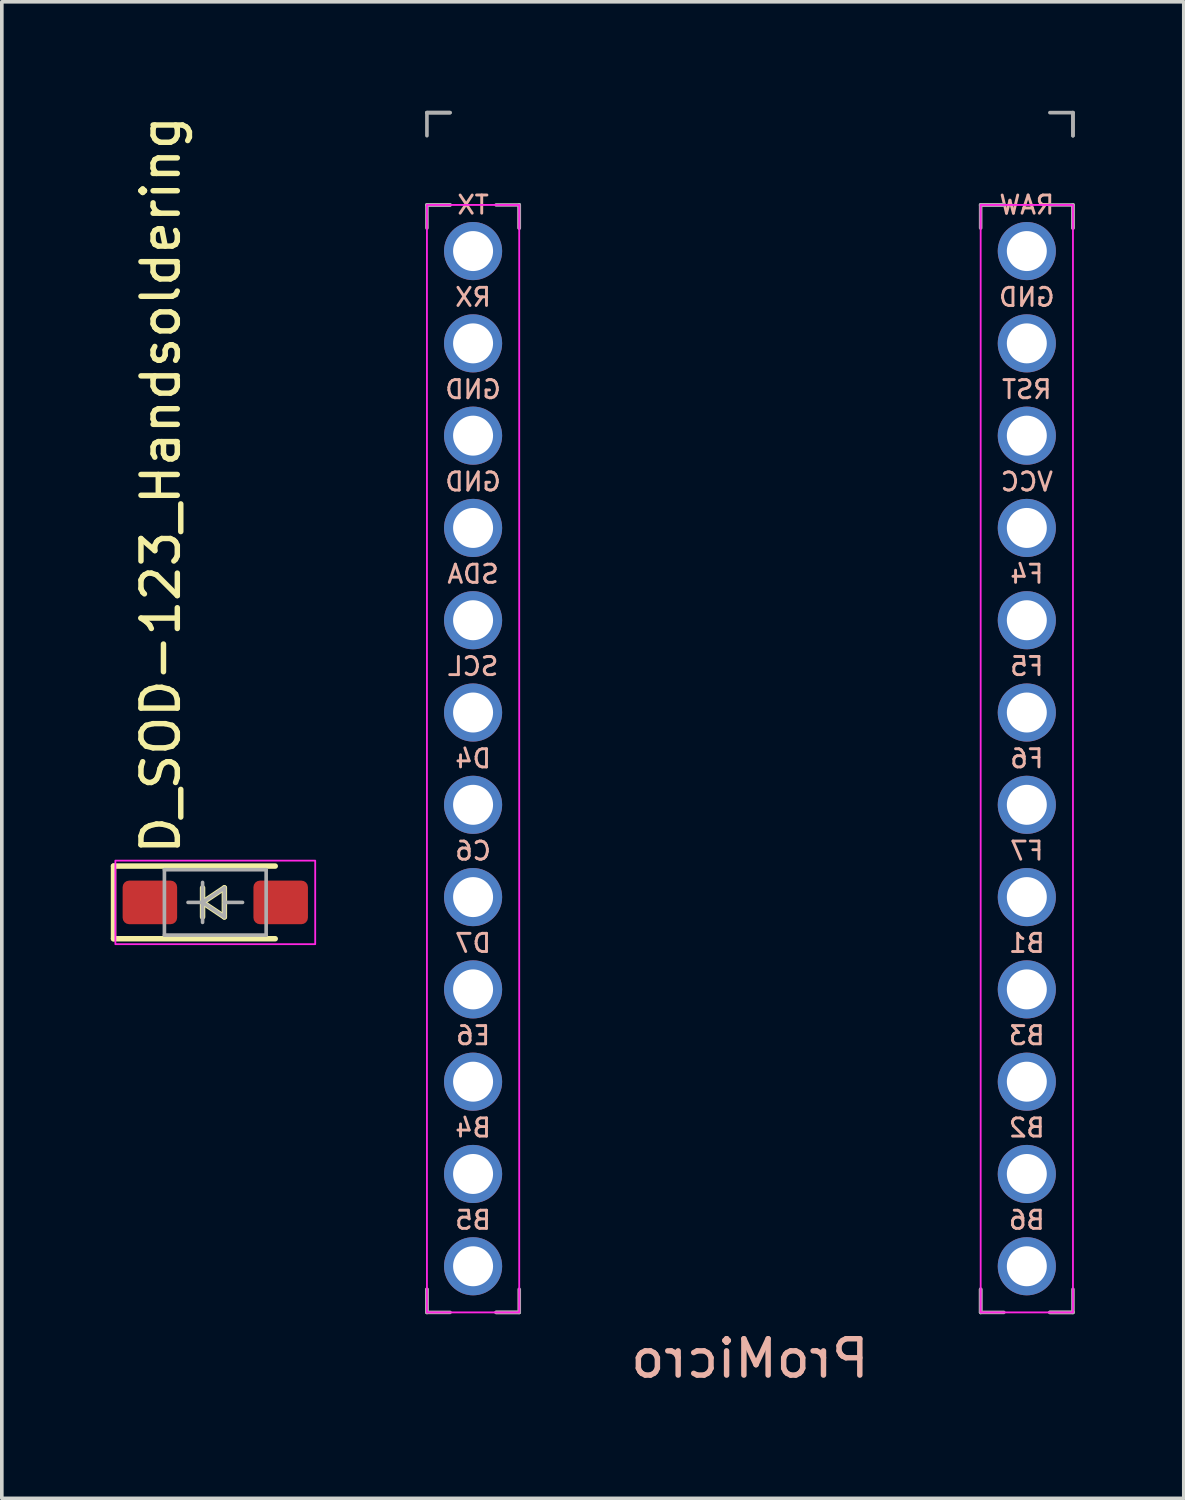
<source format=kicad_pcb>
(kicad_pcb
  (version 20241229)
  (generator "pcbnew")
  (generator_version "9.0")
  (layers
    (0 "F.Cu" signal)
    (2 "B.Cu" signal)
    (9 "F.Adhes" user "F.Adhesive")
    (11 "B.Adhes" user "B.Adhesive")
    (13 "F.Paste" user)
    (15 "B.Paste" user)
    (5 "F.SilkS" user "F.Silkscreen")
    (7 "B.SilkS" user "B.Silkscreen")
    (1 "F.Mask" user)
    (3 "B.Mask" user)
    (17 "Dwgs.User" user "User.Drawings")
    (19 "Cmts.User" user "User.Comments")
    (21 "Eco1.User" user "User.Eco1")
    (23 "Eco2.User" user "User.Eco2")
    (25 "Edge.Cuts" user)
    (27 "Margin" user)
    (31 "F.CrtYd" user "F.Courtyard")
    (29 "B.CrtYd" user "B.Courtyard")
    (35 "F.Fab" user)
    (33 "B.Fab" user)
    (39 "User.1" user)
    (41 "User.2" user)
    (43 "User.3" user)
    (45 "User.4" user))
  (footprint "D_SOD-123_Handsoldering"
    (layer "F.Cu")
    (at 2.875 21.786)
    (property "Reference" "D_SOD-123_Handsoldering" (at -1.5 -1.25 90) (unlocked yes) (layer "F.SilkS") (effects (font (size 1 1) (thickness 0.15)) (justify left)))
    (attr smd)
    (fp_line (start -2.8 -1) (end -2.8 1) (stroke (width 0.15) (type solid)) (layer "F.SilkS"))
    (fp_line (start -2.8 -1) (end 1.65 -1) (stroke (width 0.15) (type solid)) (layer "F.SilkS"))
    (fp_line (start -2.8 1) (end 1.65 1) (stroke (width 0.15) (type solid)) (layer "F.SilkS"))
    (fp_line (start -0.35 0) (end 0.25 -0.4) (stroke (width 0.15) (type default)) (layer "F.SilkS"))
    (fp_line (start -0.35 0.4) (end -0.35 -0.4) (stroke (width 0.15) (type default)) (layer "F.SilkS"))
    (fp_line (start 0.25 -0.4) (end 0.25 0.4) (stroke (width 0.15) (type default)) (layer "F.SilkS"))
    (fp_line (start 0.25 0.4) (end -0.35 0) (stroke (width 0.15) (type default)) (layer "F.SilkS"))
    (fp_rect (start -2.75 -1.15) (end 2.75 1.15) (stroke (width 0.05) (type default)) (fill no) (layer "F.CrtYd"))
    (fp_line (start -1.4 -0.9) (end 1.4 -0.9) (stroke (width 0.1) (type solid)) (layer "F.Fab"))
    (fp_line (start -1.4 0.9) (end -1.4 -0.9) (stroke (width 0.1) (type solid)) (layer "F.Fab"))
    (fp_line (start -0.75 0) (end -0.35 0) (stroke (width 0.1) (type solid)) (layer "F.Fab"))
    (fp_line (start -0.35 0) (end -0.35 -0.55) (stroke (width 0.1) (type solid)) (layer "F.Fab"))
    (fp_line (start -0.35 0) (end -0.35 0.55) (stroke (width 0.1) (type solid)) (layer "F.Fab"))
    (fp_line (start -0.35 0) (end 0.25 -0.4) (stroke (width 0.1) (type solid)) (layer "F.Fab"))
    (fp_line (start 0.25 -0.4) (end 0.25 0.4) (stroke (width 0.1) (type solid)) (layer "F.Fab"))
    (fp_line (start 0.25 0) (end 0.75 0) (stroke (width 0.1) (type solid)) (layer "F.Fab"))
    (fp_line (start 0.25 0.4) (end -0.35 0) (stroke (width 0.1) (type solid)) (layer "F.Fab"))
    (fp_line (start 1.4 -0.9) (end 1.4 0.9) (stroke (width 0.1) (type solid)) (layer "F.Fab"))
    (fp_line (start 1.4 0.9) (end -1.4 0.9) (stroke (width 0.1) (type solid)) (layer "F.Fab"))
    (pad "1" smd roundrect (at -1.8 0) (size 1.5 1.2) (layers "F.Cu" "F.Mask" "F.Paste") (roundrect_rratio 0.15))
    (pad "2" smd roundrect (at 1.8 0) (size 1.5 1.2) (layers "F.Cu" "F.Mask" "F.Paste") (roundrect_rratio 0.15)))
  (footprint "ProMicro"
    (layer "F.Cu")
    (at 17.59 16.56)
    (property "Reference" "ProMicro" (at 0 17.78 0) (layer "B.SilkS") (effects (font (size 1 1) (thickness 0.15)) (justify mirror)))
    (fp_rect (start -8.89 -13.97) (end -6.35 16.51) (stroke (width 0.05) (type default)) (fill no) (layer "F.CrtYd"))
    (fp_rect (start 6.35 -13.97) (end 8.89 16.51) (stroke (width 0.05) (type default)) (fill no) (layer "F.CrtYd"))
    (fp_line (start -8.89 -16.51) (end -8.255 -16.51) (stroke (width 0.1) (type default)) (layer "F.Fab"))
    (fp_line (start -8.89 -15.875) (end -8.89 -16.51) (stroke (width 0.1) (type default)) (layer "F.Fab"))
    (fp_line (start -8.89 -13.97) (end -8.255 -13.97) (stroke (width 0.1) (type default)) (layer "F.Fab"))
    (fp_line (start -8.89 -13.335) (end -8.89 -13.97) (stroke (width 0.1) (type default)) (layer "F.Fab"))
    (fp_line (start -8.89 15.875) (end -8.89 16.51) (stroke (width 0.1) (type default)) (layer "F.Fab"))
    (fp_line (start -8.89 16.51) (end -8.89 15.875) (stroke (width 0.1) (type default)) (layer "F.Fab"))
    (fp_line (start -8.255 -16.51) (end -8.89 -16.51) (stroke (width 0.1) (type default)) (layer "F.Fab"))
    (fp_line (start -8.255 -13.97) (end -8.89 -13.97) (stroke (width 0.1) (type default)) (layer "F.Fab"))
    (fp_line (start -8.255 16.51) (end -8.89 16.51) (stroke (width 0.1) (type default)) (layer "F.Fab"))
    (fp_line (start -6.985 -13.97) (end -6.35 -13.97) (stroke (width 0.1) (type default)) (layer "F.Fab"))
    (fp_line (start -6.985 16.51) (end -6.35 16.51) (stroke (width 0.1) (type default)) (layer "F.Fab"))
    (fp_line (start -6.35 -13.97) (end -6.35 -13.335) (stroke (width 0.1) (type default)) (layer "F.Fab"))
    (fp_line (start -6.35 -13.335) (end -6.35 -13.97) (stroke (width 0.1) (type default)) (layer "F.Fab"))
    (fp_line (start -6.35 15.875) (end -6.35 16.51) (stroke (width 0.1) (type default)) (layer "F.Fab"))
    (fp_line (start -6.35 16.51) (end -6.985 16.51) (stroke (width 0.1) (type default)) (layer "F.Fab"))
    (fp_line (start 6.35 -13.97) (end 6.985 -13.97) (stroke (width 0.1) (type default)) (layer "F.Fab"))
    (fp_line (start 6.35 -13.335) (end 6.35 -13.97) (stroke (width 0.1) (type default)) (layer "F.Fab"))
    (fp_line (start 6.35 15.875) (end 6.35 16.51) (stroke (width 0.1) (type default)) (layer "F.Fab"))
    (fp_line (start 6.35 16.51) (end 6.35 15.875) (stroke (width 0.1) (type default)) (layer "F.Fab"))
    (fp_line (start 6.985 -13.97) (end 6.35 -13.97) (stroke (width 0.1) (type default)) (layer "F.Fab"))
    (fp_line (start 6.985 16.51) (end 6.35 16.51) (stroke (width 0.1) (type default)) (layer "F.Fab"))
    (fp_line (start 8.255 -16.51) (end 8.89 -16.51) (stroke (width 0.1) (type default)) (layer "F.Fab"))
    (fp_line (start 8.255 -13.97) (end 8.89 -13.97) (stroke (width 0.1) (type default)) (layer "F.Fab"))
    (fp_line (start 8.255 16.51) (end 8.89 16.51) (stroke (width 0.1) (type default)) (layer "F.Fab"))
    (fp_line (start 8.89 -16.51) (end 8.89 -15.875) (stroke (width 0.1) (type default)) (layer "F.Fab"))
    (fp_line (start 8.89 -15.875) (end 8.89 -16.51) (stroke (width 0.1) (type default)) (layer "F.Fab"))
    (fp_line (start 8.89 -13.97) (end 8.89 -13.335) (stroke (width 0.1) (type default)) (layer "F.Fab"))
    (fp_line (start 8.89 -13.335) (end 8.89 -13.97) (stroke (width 0.1) (type default)) (layer "F.Fab"))
    (fp_line (start 8.89 15.875) (end 8.89 16.51) (stroke (width 0.1) (type default)) (layer "F.Fab"))
    (fp_line (start 8.89 16.51) (end 8.255 16.51) (stroke (width 0.1) (type default)) (layer "F.Fab"))
    (fp_text user "RAW" (at 7.62 -13.97 0) (layer "B.SilkS") (effects (font (size 0.5 0.5) (thickness 0.08)) (justify mirror)))
    (fp_text user "VCC" (at 7.62 -6.35 0) (layer "B.SilkS") (effects (font (size 0.5 0.5) (thickness 0.08)) (justify mirror)))
    (fp_text user "RST" (at 7.62 -8.89 0) (layer "B.SilkS") (effects (font (size 0.5 0.5) (thickness 0.08)) (justify mirror)))
    (fp_text user "GND" (at 7.62 -11.43 0) (layer "B.SilkS") (effects (font (size 0.5 0.5) (thickness 0.08)) (justify mirror)))
    (fp_text user "RX" (at -7.62 -11.43 180) (layer "B.SilkS") (effects (font (size 0.5 0.5) (thickness 0.08)) (justify mirror)))
    (fp_text user "B1" (at 7.62 6.35 0) (layer "B.SilkS") (effects (font (size 0.5 0.5) (thickness 0.08)) (justify mirror)))
    (fp_text user "F4" (at 7.62 -3.81 0) (layer "B.SilkS") (effects (font (size 0.5 0.5) (thickness 0.08)) (justify mirror)))
    (fp_text user "SDA" (at -7.62 -3.81 180) (layer "B.SilkS") (effects (font (size 0.5 0.5) (thickness 0.08)) (justify mirror)))
    (fp_text user "TX" (at -7.62 -13.97 0) (layer "B.SilkS") (effects (font (size 0.5 0.5) (thickness 0.08)) (justify mirror)))
    (fp_text user "C6" (at -7.62 3.81 180) (layer "B.SilkS") (effects (font (size 0.5 0.5) (thickness 0.08)) (justify mirror)))
    (fp_text user "GND" (at -7.62 -6.35 180) (layer "B.SilkS") (effects (font (size 0.5 0.5) (thickness 0.08)) (justify mirror)))
    (fp_text user "SCL" (at -7.62 -1.27 180) (layer "B.SilkS") (effects (font (size 0.5 0.5) (thickness 0.08)) (justify mirror)))
    (fp_text user "D7" (at -7.62 6.35 180) (layer "B.SilkS") (effects (font (size 0.5 0.5) (thickness 0.08)) (justify mirror)))
    (fp_text user "F7" (at 7.62 3.81 0) (layer "B.SilkS") (effects (font (size 0.5 0.5) (thickness 0.08)) (justify mirror)))
    (fp_text user "B4" (at -7.62 11.43 180) (layer "B.SilkS") (effects (font (size 0.5 0.5) (thickness 0.08)) (justify mirror)))
    (fp_text user "B3" (at 7.62 8.89 0) (layer "B.SilkS") (effects (font (size 0.5 0.5) (thickness 0.08)) (justify mirror)))
    (fp_text user "F5" (at 7.62 -1.27 0) (layer "B.SilkS") (effects (font (size 0.5 0.5) (thickness 0.08)) (justify mirror)))
    (fp_text user "B6" (at 7.62 13.97 0) (layer "B.SilkS") (effects (font (size 0.5 0.5) (thickness 0.08)) (justify mirror)))
    (fp_text user "E6" (at -7.62 8.89 180) (layer "B.SilkS") (effects (font (size 0.5 0.5) (thickness 0.08)) (justify mirror)))
    (fp_text user "GND" (at -7.62 -8.89 0) (layer "B.SilkS") (effects (font (size 0.5 0.5) (thickness 0.08)) (justify mirror)))
    (fp_text user "D4" (at -7.62 1.27 180) (layer "B.SilkS") (effects (font (size 0.5 0.5) (thickness 0.08)) (justify mirror)))
    (fp_text user "B2" (at 7.62 11.43 0) (layer "B.SilkS") (effects (font (size 0.5 0.5) (thickness 0.08)) (justify mirror)))
    (fp_text user "F6" (at 7.62 1.27 0) (layer "B.SilkS") (effects (font (size 0.5 0.5) (thickness 0.08)) (justify mirror)))
    (fp_text user "B5" (at -7.62 13.97 180) (layer "B.SilkS") (effects (font (size 0.5 0.5) (thickness 0.08)) (justify mirror)))
    (pad "1" thru_hole circle (at -7.62 -12.7 270) (size 1.6 1.6) (drill 1.1) (layers "*.Cu" "*.Mask"))
    (pad "2" thru_hole circle (at -7.62 -10.16 270) (size 1.6 1.6) (drill 1.1) (layers "*.Cu" "*.Mask"))
    (pad "3" thru_hole circle (at -7.62 -7.62 270) (size 1.6 1.6) (drill 1.1) (layers "*.Cu" "*.Mask"))
    (pad "4" thru_hole circle (at -7.62 -5.08 270) (size 1.6 1.6) (drill 1.1) (layers "*.Cu" "*.Mask"))
    (pad "5" thru_hole circle (at -7.62 -2.54 270) (size 1.6 1.6) (drill 1.1) (layers "*.Cu" "*.Mask"))
    (pad "6" thru_hole circle (at -7.62 0 270) (size 1.6 1.6) (drill 1.1) (layers "*.Cu" "*.Mask"))
    (pad "7" thru_hole circle (at -7.62 2.54 270) (size 1.6 1.6) (drill 1.1) (layers "*.Cu" "*.Mask"))
    (pad "8" thru_hole circle (at -7.62 5.08 270) (size 1.6 1.6) (drill 1.1) (layers "*.Cu" "*.Mask"))
    (pad "9" thru_hole circle (at -7.62 7.62 270) (size 1.6 1.6) (drill 1.1) (layers "*.Cu" "*.Mask"))
    (pad "10" thru_hole circle (at -7.62 10.16 270) (size 1.6 1.6) (drill 1.1) (layers "*.Cu" "*.Mask"))
    (pad "11" thru_hole circle (at -7.62 12.7 270) (size 1.6 1.6) (drill 1.1) (layers "*.Cu" "*.Mask"))
    (pad "12" thru_hole circle (at -7.62 15.24 270) (size 1.6 1.6) (drill 1.1) (layers "*.Cu" "*.Mask"))
    (pad "13" thru_hole circle (at 7.62 15.24 90) (size 1.6 1.6) (drill 1.1) (layers "*.Cu" "*.Mask"))
    (pad "14" thru_hole circle (at 7.62 12.7 90) (size 1.6 1.6) (drill 1.1) (layers "*.Cu" "*.Mask"))
    (pad "15" thru_hole circle (at 7.62 10.16 90) (size 1.6 1.6) (drill 1.1) (layers "*.Cu" "*.Mask"))
    (pad "16" thru_hole circle (at 7.62 7.62 90) (size 1.6 1.6) (drill 1.1) (layers "*.Cu" "*.Mask"))
    (pad "17" thru_hole circle (at 7.62 5.08 90) (size 1.6 1.6) (drill 1.1) (layers "*.Cu" "*.Mask"))
    (pad "18" thru_hole circle (at 7.62 2.54 90) (size 1.6 1.6) (drill 1.1) (layers "*.Cu" "*.Mask"))
    (pad "19" thru_hole circle (at 7.62 0 90) (size 1.6 1.6) (drill 1.1) (layers "*.Cu" "*.Mask"))
    (pad "20" thru_hole circle (at 7.62 -2.54 90) (size 1.6 1.6) (drill 1.1) (layers "*.Cu" "*.Mask"))
    (pad "21" thru_hole circle (at 7.62 -5.08 90) (size 1.6 1.6) (drill 1.1) (layers "*.Cu" "*.Mask"))
    (pad "22" thru_hole circle (at 7.62 -7.62 90) (size 1.6 1.6) (drill 1.1) (layers "*.Cu" "*.Mask"))
    (pad "23" thru_hole circle (at 7.62 -10.16 90) (size 1.6 1.6) (drill 1.1) (layers "*.Cu" "*.Mask"))
    (pad "24" thru_hole circle (at 7.62 -12.7 90) (size 1.6 1.6) (drill 1.1) (layers "*.Cu" "*.Mask")))
  (gr_rect
    (start -3 -3)
    (end 29.53 38.188)
    (stroke (width 0.1) (type default))
    (fill no)
    (layer "Edge.Cuts")))
</source>
